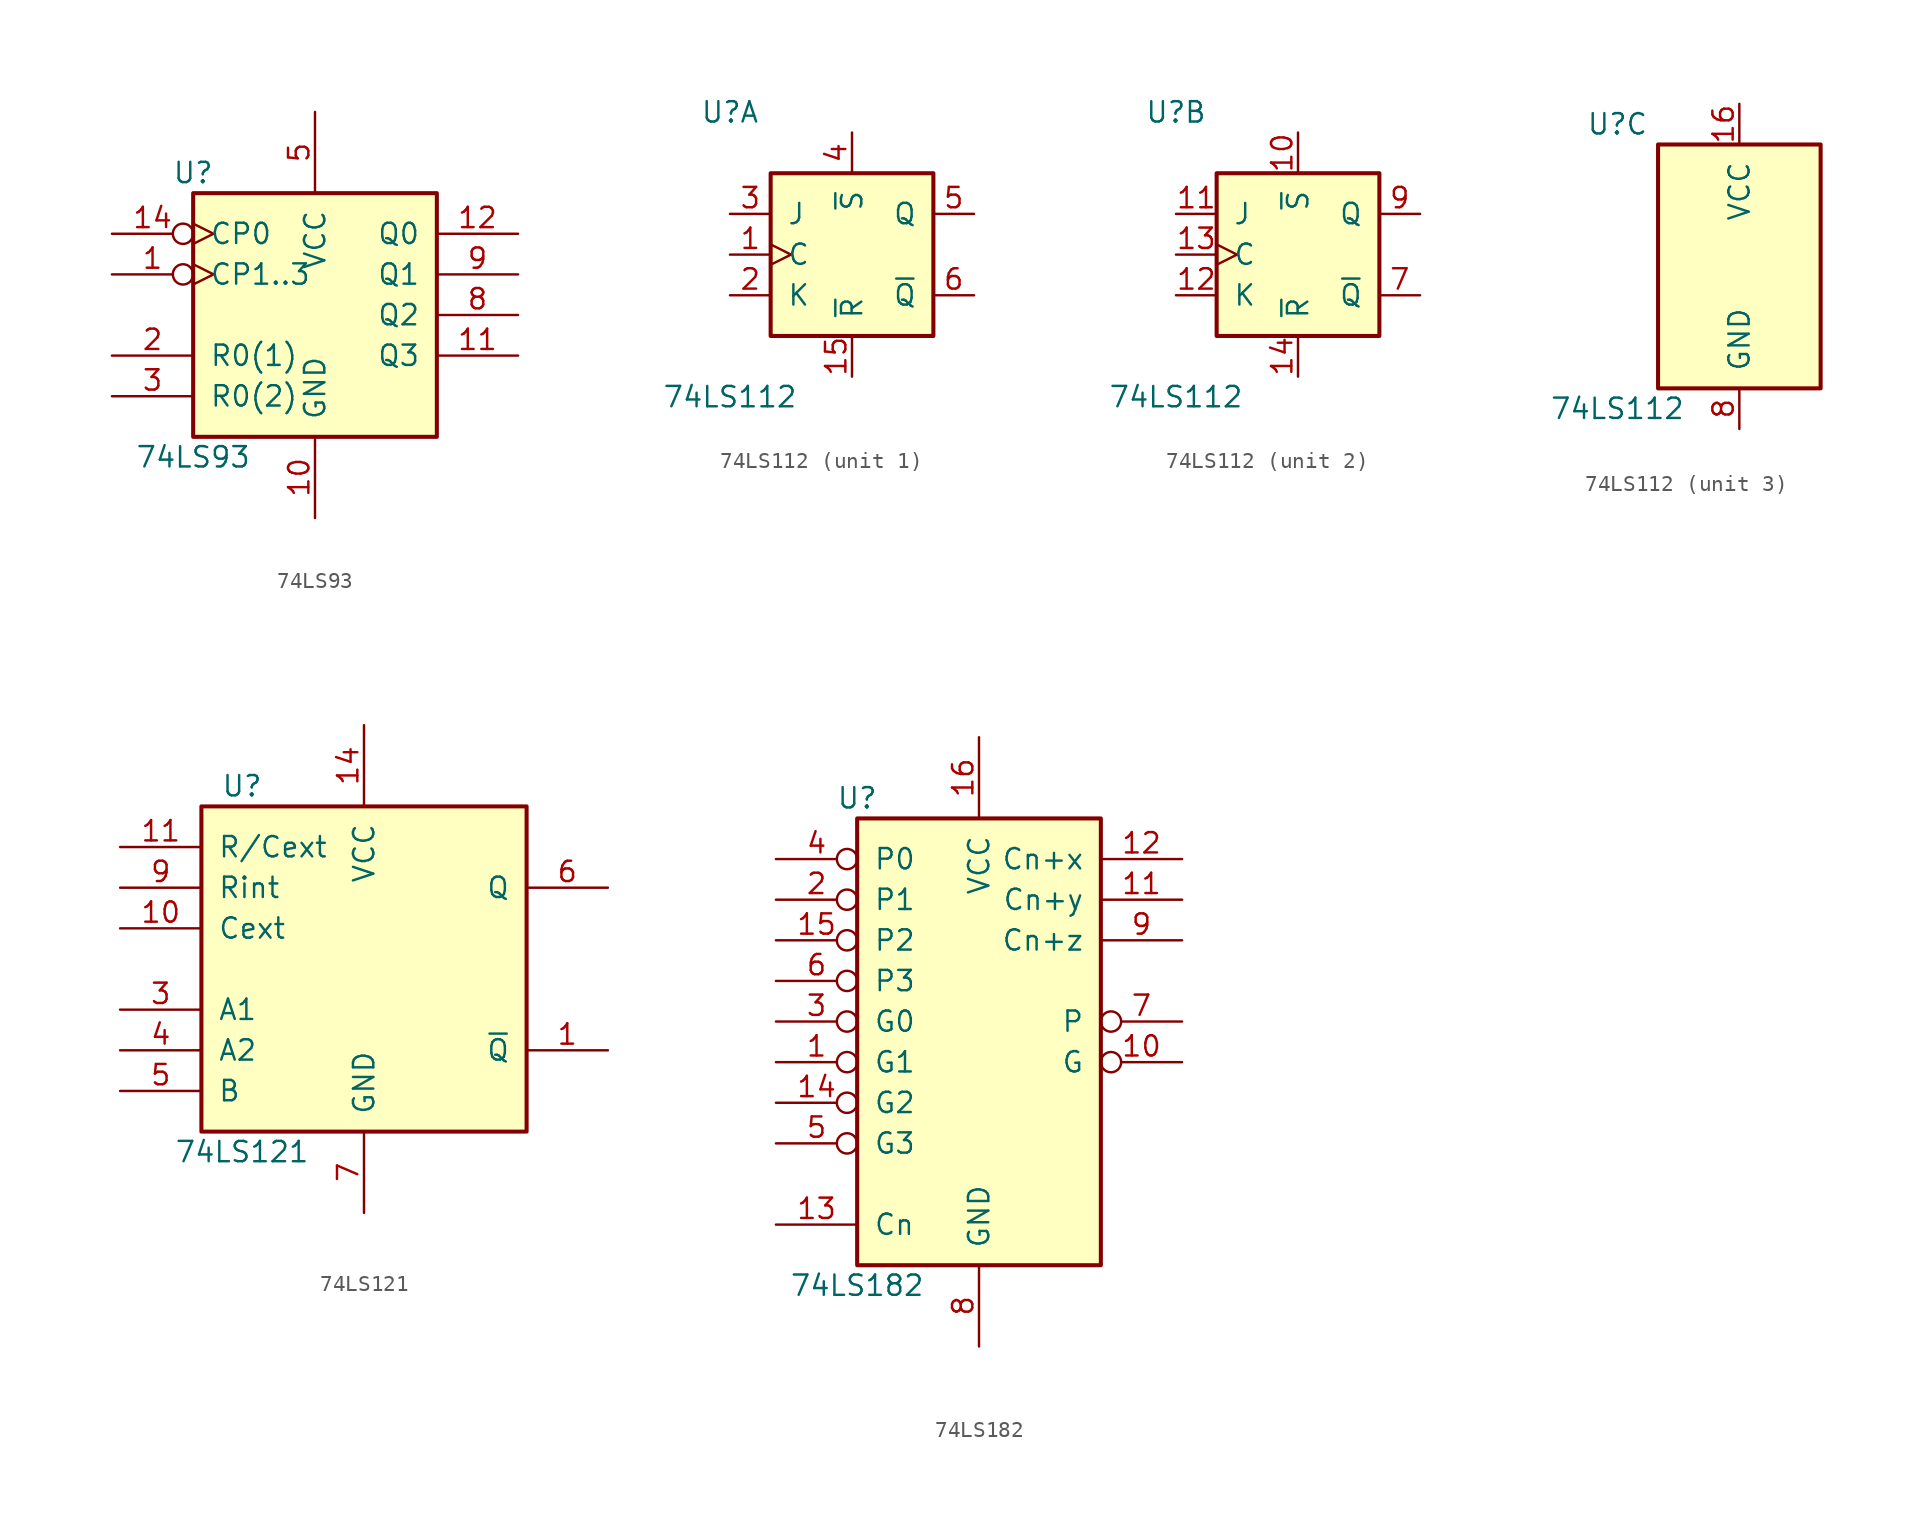
<source format=kicad_sym>
(kicad_symbol_lib
  (version 20201005)
  (generator kicad_symbol_editor)
  (symbol "74LS93"
    (pin_names
      (offset 1.016))
    (property "Reference" "U"
      (at -7.62 8.89 0)
      (effects (font (size 1.27 1.27))))
    (property "Value" "74LS93"
      (at -7.62 -8.89 0)
      (effects (font (size 1.27 1.27))))
    (property "ki_locked" ""
      (at 0 0 0)
      (effects (font (size 1.27 1.27))))
    (symbol "74LS93_1_0"
      (pin input inverted_clock (at -12.7 2.54 0) (length 5.08) (name "CP1..3" (effects (font (size 1.27 1.27)))) (number "1" (effects (font (size 1.27 1.27)))))
      (pin power_in line (at 0 -12.7 90) (length 5.08) (name "GND" (effects (font (size 1.27 1.27)))) (number "10" (effects (font (size 1.27 1.27)))))
      (pin output line (at 12.7 -2.54 180) (length 5.08) (name "Q3" (effects (font (size 1.27 1.27)))) (number "11" (effects (font (size 1.27 1.27)))))
      (pin output line (at 12.7 5.08 180) (length 5.08) (name "Q0" (effects (font (size 1.27 1.27)))) (number "12" (effects (font (size 1.27 1.27)))))
      (pin input inverted_clock (at -12.7 5.08 0) (length 5.08) (name "CP0" (effects (font (size 1.27 1.27)))) (number "14" (effects (font (size 1.27 1.27)))))
      (pin input line (at -12.7 -2.54 0) (length 5.08) (name "R0(1)" (effects (font (size 1.27 1.27)))) (number "2" (effects (font (size 1.27 1.27)))))
      (pin input line (at -12.7 -5.08 0) (length 5.08) (name "R0(2)" (effects (font (size 1.27 1.27)))) (number "3" (effects (font (size 1.27 1.27)))))
      (pin power_in line (at 0 12.7 270) (length 5.08) (name "VCC" (effects (font (size 1.27 1.27)))) (number "5" (effects (font (size 1.27 1.27)))))
      (pin output line (at 12.7 0 180) (length 5.08) (name "Q2" (effects (font (size 1.27 1.27)))) (number "8" (effects (font (size 1.27 1.27)))))
      (pin output line (at 12.7 2.54 180) (length 5.08) (name "Q1" (effects (font (size 1.27 1.27)))) (number "9" (effects (font (size 1.27 1.27))))))
    (symbol "74LS93_1_1"
      (rectangle (start -7.62 7.62) (end 7.62 -7.62) (stroke (width 0.254)) (fill (type background)))))
  (symbol "74LS112"
    (pin_names
      (offset 1.016))
    (property "Reference" "U"
      (at -7.62 8.89 0)
      (effects (font (size 1.27 1.27))))
    (property "Value" "74LS112"
      (at -7.62 -8.89 0)
      (effects (font (size 1.27 1.27))))
    (property "ki_locked" ""
      (at 0 0 0)
      (effects (font (size 1.27 1.27))))
    (symbol "74LS112_1_0"
      (pin input clock (at -7.62 0 0) (length 2.54) (name "C" (effects (font (size 1.27 1.27)))) (number "1" (effects (font (size 1.27 1.27)))))
      (pin input line (at 0 -7.62 90) (length 2.54) (name "~R" (effects (font (size 1.27 1.27)))) (number "15" (effects (font (size 1.27 1.27)))))
      (pin input line (at -7.62 -2.54 0) (length 2.54) (name "K" (effects (font (size 1.27 1.27)))) (number "2" (effects (font (size 1.27 1.27)))))
      (pin input line (at -7.62 2.54 0) (length 2.54) (name "J" (effects (font (size 1.27 1.27)))) (number "3" (effects (font (size 1.27 1.27)))))
      (pin input line (at 0 7.62 270) (length 2.54) (name "~S" (effects (font (size 1.27 1.27)))) (number "4" (effects (font (size 1.27 1.27)))))
      (pin output line (at 7.62 2.54 180) (length 2.54) (name "Q" (effects (font (size 1.27 1.27)))) (number "5" (effects (font (size 1.27 1.27)))))
      (pin output line (at 7.62 -2.54 180) (length 2.54) (name "~Q" (effects (font (size 1.27 1.27)))) (number "6" (effects (font (size 1.27 1.27))))))
    (symbol "74LS112_1_1"
      (rectangle (start -5.08 5.08) (end 5.08 -5.08) (stroke (width 0.254)) (fill (type background))))
    (symbol "74LS112_2_0"
      (pin input line (at 0 7.62 270) (length 2.54) (name "~S" (effects (font (size 1.27 1.27)))) (number "10" (effects (font (size 1.27 1.27)))))
      (pin input line (at -7.62 2.54 0) (length 2.54) (name "J" (effects (font (size 1.27 1.27)))) (number "11" (effects (font (size 1.27 1.27)))))
      (pin input line (at -7.62 -2.54 0) (length 2.54) (name "K" (effects (font (size 1.27 1.27)))) (number "12" (effects (font (size 1.27 1.27)))))
      (pin input clock (at -7.62 0 0) (length 2.54) (name "C" (effects (font (size 1.27 1.27)))) (number "13" (effects (font (size 1.27 1.27)))))
      (pin input line (at 0 -7.62 90) (length 2.54) (name "~R" (effects (font (size 1.27 1.27)))) (number "14" (effects (font (size 1.27 1.27)))))
      (pin output line (at 7.62 -2.54 180) (length 2.54) (name "~Q" (effects (font (size 1.27 1.27)))) (number "7" (effects (font (size 1.27 1.27)))))
      (pin output line (at 7.62 2.54 180) (length 2.54) (name "Q" (effects (font (size 1.27 1.27)))) (number "9" (effects (font (size 1.27 1.27))))))
    (symbol "74LS112_2_1"
      (rectangle (start -5.08 5.08) (end 5.08 -5.08) (stroke (width 0.254)) (fill (type background))))
    (symbol "74LS112_3_0"
      (pin power_in line (at 0 10.16 270) (length 2.54) (name "VCC" (effects (font (size 1.27 1.27)))) (number "16" (effects (font (size 1.27 1.27)))))
      (pin power_in line (at 0 -10.16 90) (length 2.54) (name "GND" (effects (font (size 1.27 1.27)))) (number "8" (effects (font (size 1.27 1.27))))))
    (symbol "74LS112_3_1"
      (rectangle (start -5.08 7.62) (end 5.08 -7.62) (stroke (width 0.254)) (fill (type background)))))
  (symbol "74LS121"
    (pin_names
      (offset 1.016))
    (property "Reference" "U"
      (at -7.62 11.43 0)
      (effects (font (size 1.27 1.27))))
    (property "Value" "74LS121"
      (at -7.62 -11.43 0)
      (effects (font (size 1.27 1.27))))
    (property "ki_locked" ""
      (at 0 0 0)
      (effects (font (size 1.27 1.27))))
    (symbol "74LS121_1_0"
      (pin output line (at 15.24 -5.08 180) (length 5.08) (name "~Q" (effects (font (size 1.27 1.27)))) (number "1" (effects (font (size 1.27 1.27)))))
      (pin input line (at -15.24 2.54 0) (length 5.08) (name "Cext" (effects (font (size 1.27 1.27)))) (number "10" (effects (font (size 1.27 1.27)))))
      (pin input line (at -15.24 7.62 0) (length 5.08) (name "R/Cext" (effects (font (size 1.27 1.27)))) (number "11" (effects (font (size 1.27 1.27)))))
      (pin power_in line (at 0 15.24 270) (length 5.08) (name "VCC" (effects (font (size 1.27 1.27)))) (number "14" (effects (font (size 1.27 1.27)))))
      (pin input line (at -15.24 -2.54 0) (length 5.08) (name "A1" (effects (font (size 1.27 1.27)))) (number "3" (effects (font (size 1.27 1.27)))))
      (pin input line (at -15.24 -5.08 0) (length 5.08) (name "A2" (effects (font (size 1.27 1.27)))) (number "4" (effects (font (size 1.27 1.27)))))
      (pin input line (at -15.24 -7.62 0) (length 5.08) (name "B" (effects (font (size 1.27 1.27)))) (number "5" (effects (font (size 1.27 1.27)))))
      (pin output line (at 15.24 5.08 180) (length 5.08) (name "Q" (effects (font (size 1.27 1.27)))) (number "6" (effects (font (size 1.27 1.27)))))
      (pin power_in line (at 0 -15.24 90) (length 5.08) (name "GND" (effects (font (size 1.27 1.27)))) (number "7" (effects (font (size 1.27 1.27)))))
      (pin input line (at -15.24 5.08 0) (length 5.08) (name "Rint" (effects (font (size 1.27 1.27)))) (number "9" (effects (font (size 1.27 1.27))))))
    (symbol "74LS121_1_1"
      (rectangle (start -10.16 10.16) (end 10.16 -10.16) (stroke (width 0.254)) (fill (type background)))))
  (symbol "74LS182"
    (pin_names
      (offset 1.016))
    (property "Reference" "U"
      (at -7.62 13.97 0)
      (effects (font (size 1.27 1.27))))
    (property "Value" "74LS182"
      (at -7.62 -16.51 0)
      (effects (font (size 1.27 1.27))))
    (property "ki_locked" ""
      (at 0 0 0)
      (effects (font (size 1.27 1.27))))
    (symbol "74LS182_1_0"
      (pin input inverted (at -12.7 -2.54 0) (length 5.08) (name "G1" (effects (font (size 1.27 1.27)))) (number "1" (effects (font (size 1.27 1.27)))))
      (pin output inverted (at 12.7 -2.54 180) (length 5.08) (name "G" (effects (font (size 1.27 1.27)))) (number "10" (effects (font (size 1.27 1.27)))))
      (pin output line (at 12.7 7.62 180) (length 5.08) (name "Cn+y" (effects (font (size 1.27 1.27)))) (number "11" (effects (font (size 1.27 1.27)))))
      (pin output line (at 12.7 10.16 180) (length 5.08) (name "Cn+x" (effects (font (size 1.27 1.27)))) (number "12" (effects (font (size 1.27 1.27)))))
      (pin input line (at -12.7 -12.7 0) (length 5.08) (name "Cn" (effects (font (size 1.27 1.27)))) (number "13" (effects (font (size 1.27 1.27)))))
      (pin input inverted (at -12.7 -5.08 0) (length 5.08) (name "G2" (effects (font (size 1.27 1.27)))) (number "14" (effects (font (size 1.27 1.27)))))
      (pin input inverted (at -12.7 5.08 0) (length 5.08) (name "P2" (effects (font (size 1.27 1.27)))) (number "15" (effects (font (size 1.27 1.27)))))
      (pin power_in line (at 0 17.78 270) (length 5.08) (name "VCC" (effects (font (size 1.27 1.27)))) (number "16" (effects (font (size 1.27 1.27)))))
      (pin input inverted (at -12.7 7.62 0) (length 5.08) (name "P1" (effects (font (size 1.27 1.27)))) (number "2" (effects (font (size 1.27 1.27)))))
      (pin input inverted (at -12.7 0 0) (length 5.08) (name "G0" (effects (font (size 1.27 1.27)))) (number "3" (effects (font (size 1.27 1.27)))))
      (pin input inverted (at -12.7 10.16 0) (length 5.08) (name "P0" (effects (font (size 1.27 1.27)))) (number "4" (effects (font (size 1.27 1.27)))))
      (pin input inverted (at -12.7 -7.62 0) (length 5.08) (name "G3" (effects (font (size 1.27 1.27)))) (number "5" (effects (font (size 1.27 1.27)))))
      (pin input inverted (at -12.7 2.54 0) (length 5.08) (name "P3" (effects (font (size 1.27 1.27)))) (number "6" (effects (font (size 1.27 1.27)))))
      (pin output inverted (at 12.7 0 180) (length 5.08) (name "P" (effects (font (size 1.27 1.27)))) (number "7" (effects (font (size 1.27 1.27)))))
      (pin power_in line (at 0 -20.32 90) (length 5.08) (name "GND" (effects (font (size 1.27 1.27)))) (number "8" (effects (font (size 1.27 1.27)))))
      (pin output line (at 12.7 5.08 180) (length 5.08) (name "Cn+z" (effects (font (size 1.27 1.27)))) (number "9" (effects (font (size 1.27 1.27))))))
    (symbol "74LS182_1_1"
      (rectangle (start -7.62 12.7) (end 7.62 -15.24) (stroke (width 0.254)) (fill (type background))))))
</source>
